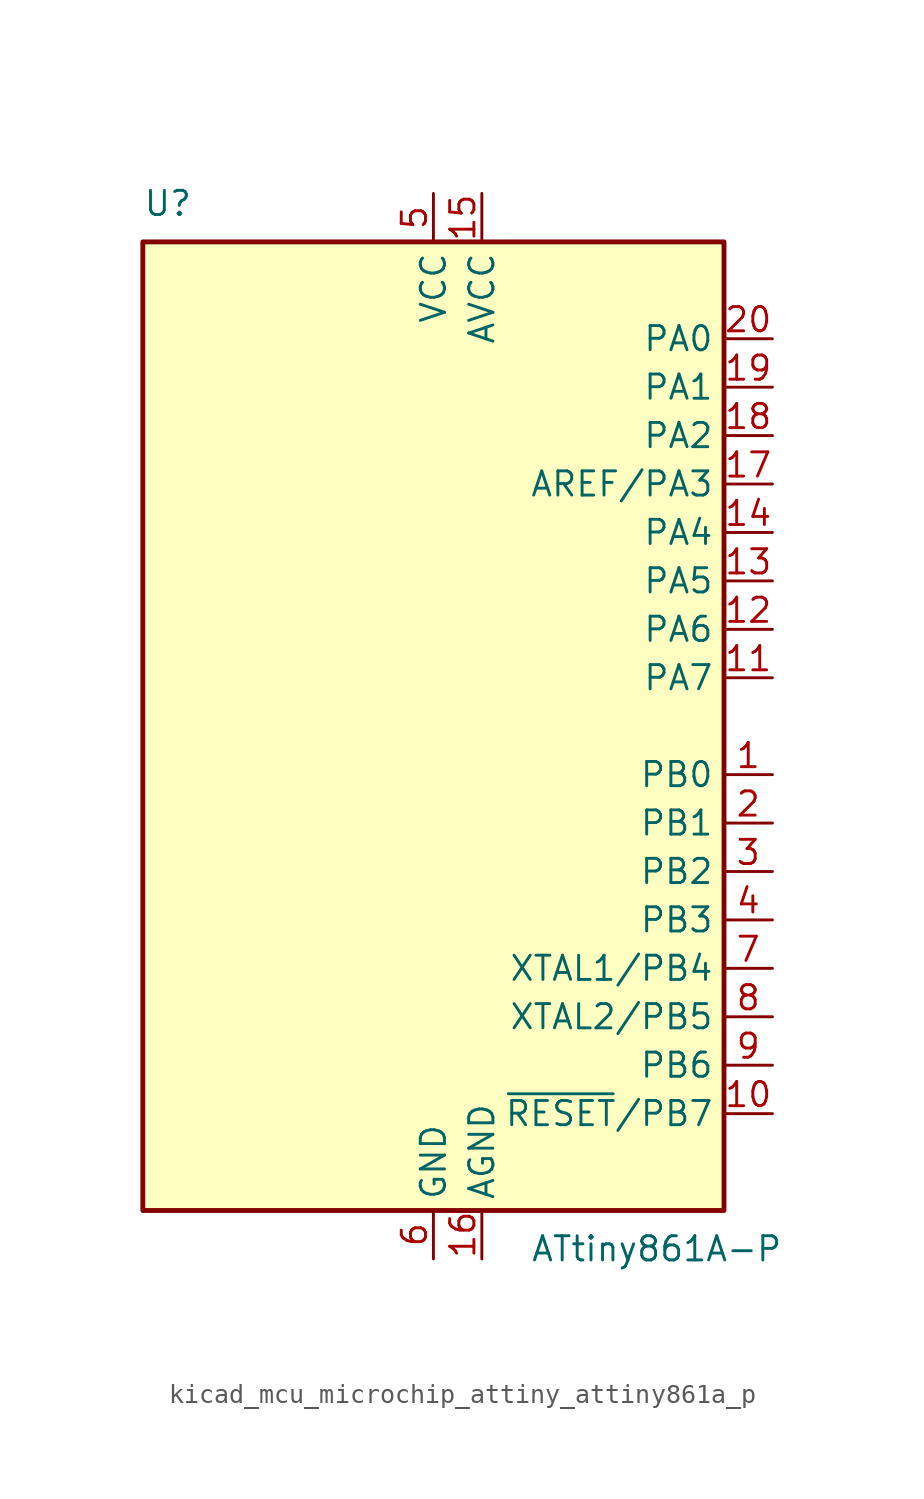
<source format=kicad_sym>
(kicad_symbol_lib
  (version 20220914)
  (generator kicad_symbol_editor)
  (symbol "kicad_mcu_microchip_attiny_attiny861a_p"
    (property "Reference" "U"
      (at -15.24 26.67 0)
      (effects (font (size 1.27 1.27)) (justify left bottom)))
    (property "Value" "ATtiny861A-P"
      (at 5.08 -26.67 0)
      (effects (font (size 1.27 1.27)) (justify left top)))
    (symbol "kicad_mcu_microchip_attiny_attiny861a_p_0_1"
      (rectangle (start -15.24 -25.4) (end 15.24 25.4) (stroke (width 0.254) (type default)) (fill (type background))))
    (symbol "kicad_mcu_microchip_attiny_attiny861a_p_1_1"
      (pin bidirectional line (at 17.78 -2.54 180) (length 2.54) (name "PB0" (effects (font (size 1.27 1.27)))) (number "1" (effects (font (size 1.27 1.27)))))
      (pin bidirectional line (at 17.78 -20.32 180) (length 2.54) (name "~{RESET}/PB7" (effects (font (size 1.27 1.27)))) (number "10" (effects (font (size 1.27 1.27)))))
      (pin bidirectional line (at 17.78 2.54 180) (length 2.54) (name "PA7" (effects (font (size 1.27 1.27)))) (number "11" (effects (font (size 1.27 1.27)))))
      (pin bidirectional line (at 17.78 5.08 180) (length 2.54) (name "PA6" (effects (font (size 1.27 1.27)))) (number "12" (effects (font (size 1.27 1.27)))))
      (pin bidirectional line (at 17.78 7.62 180) (length 2.54) (name "PA5" (effects (font (size 1.27 1.27)))) (number "13" (effects (font (size 1.27 1.27)))))
      (pin bidirectional line (at 17.78 10.16 180) (length 2.54) (name "PA4" (effects (font (size 1.27 1.27)))) (number "14" (effects (font (size 1.27 1.27)))))
      (pin power_in line (at 2.54 27.94 270) (length 2.54) (name "AVCC" (effects (font (size 1.27 1.27)))) (number "15" (effects (font (size 1.27 1.27)))))
      (pin power_in line (at 2.54 -27.94 90) (length 2.54) (name "AGND" (effects (font (size 1.27 1.27)))) (number "16" (effects (font (size 1.27 1.27)))))
      (pin bidirectional line (at 17.78 12.7 180) (length 2.54) (name "AREF/PA3" (effects (font (size 1.27 1.27)))) (number "17" (effects (font (size 1.27 1.27)))))
      (pin bidirectional line (at 17.78 15.24 180) (length 2.54) (name "PA2" (effects (font (size 1.27 1.27)))) (number "18" (effects (font (size 1.27 1.27)))))
      (pin bidirectional line (at 17.78 17.78 180) (length 2.54) (name "PA1" (effects (font (size 1.27 1.27)))) (number "19" (effects (font (size 1.27 1.27)))))
      (pin bidirectional line (at 17.78 -5.08 180) (length 2.54) (name "PB1" (effects (font (size 1.27 1.27)))) (number "2" (effects (font (size 1.27 1.27)))))
      (pin bidirectional line (at 17.78 20.32 180) (length 2.54) (name "PA0" (effects (font (size 1.27 1.27)))) (number "20" (effects (font (size 1.27 1.27)))))
      (pin bidirectional line (at 17.78 -7.62 180) (length 2.54) (name "PB2" (effects (font (size 1.27 1.27)))) (number "3" (effects (font (size 1.27 1.27)))))
      (pin bidirectional line (at 17.78 -10.16 180) (length 2.54) (name "PB3" (effects (font (size 1.27 1.27)))) (number "4" (effects (font (size 1.27 1.27)))))
      (pin power_in line (at 0 27.94 270) (length 2.54) (name "VCC" (effects (font (size 1.27 1.27)))) (number "5" (effects (font (size 1.27 1.27)))))
      (pin power_in line (at 0 -27.94 90) (length 2.54) (name "GND" (effects (font (size 1.27 1.27)))) (number "6" (effects (font (size 1.27 1.27)))))
      (pin bidirectional line (at 17.78 -12.7 180) (length 2.54) (name "XTAL1/PB4" (effects (font (size 1.27 1.27)))) (number "7" (effects (font (size 1.27 1.27)))))
      (pin bidirectional line (at 17.78 -15.24 180) (length 2.54) (name "XTAL2/PB5" (effects (font (size 1.27 1.27)))) (number "8" (effects (font (size 1.27 1.27)))))
      (pin bidirectional line (at 17.78 -17.78 180) (length 2.54) (name "PB6" (effects (font (size 1.27 1.27)))) (number "9" (effects (font (size 1.27 1.27))))))))
</source>
